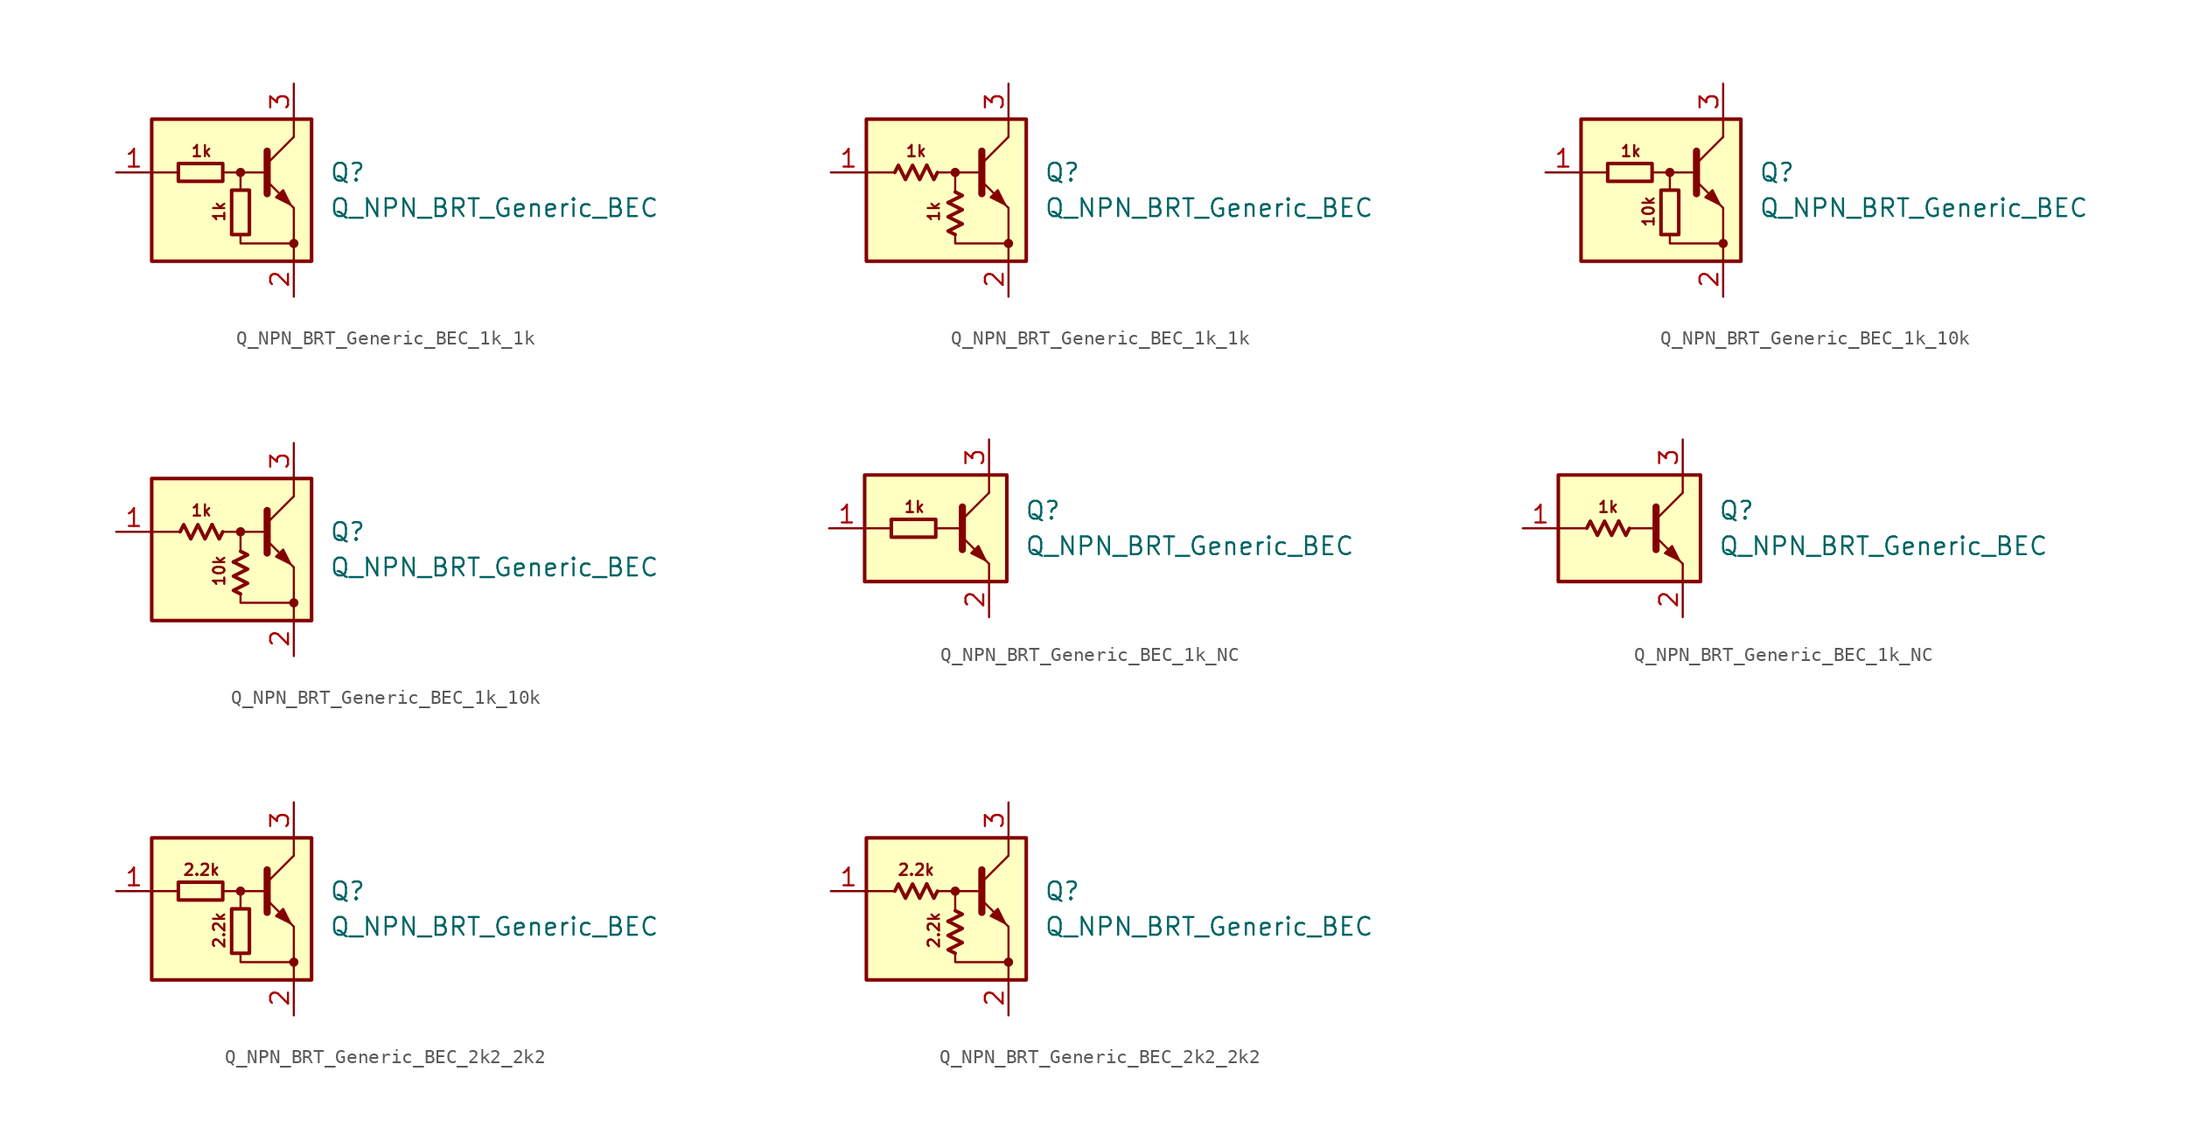
<source format=kicad_sym>
(kicad_symbol_lib
  (version 20220914)
  (generator kicad_symbol_editor)
  (symbol "Q_NPN_BRT_Generic_BEC_1k_1k"
    (pin_names hide)
    (property "Reference" "Q"
      (at 6.35 1.27 0)
      (effects (font (size 1.27 1.27)) (justify left)))
    (property "Value" "Q_NPN_BRT_Generic_BEC"
      (at 6.35 -1.27 0)
      (effects (font (size 1.27 1.27)) (justify left)))
    (symbol "Q_NPN_BRT_Generic_BEC_1k_1k_0_1"
      (rectangle (start -4.445 1.905) (end -1.27 0.635) (stroke (width 0.254) (type default)) (fill (type none)))
      (rectangle (start -0.635 0) (end 0.635 -3.175) (stroke (width 0.254) (type default)) (fill (type none))))
    (symbol "Q_NPN_BRT_Generic_BEC_1k_1k_0_2"
      (polyline (pts (xy -2.032 1.778) (xy -1.524 0.762) (xy -1.27 1.27)) (stroke (width 0.254) (type default)) (fill (type none)))
      (polyline (pts (xy -0.508 -0.889) (xy 0.508 -0.381) (xy 0 -0.127)) (stroke (width 0.254) (type default)) (fill (type none)))
      (polyline (pts (xy -4.318 1.27) (xy -4.064 1.778) (xy -3.556 0.762) (xy -3.048 1.778) (xy -2.54 0.762) (xy -2.032 1.778)) (stroke (width 0.254) (type default)) (fill (type none)))
      (polyline (pts (xy 0 -3.175) (xy -0.508 -2.921) (xy 0.508 -2.413) (xy -0.508 -1.905) (xy 0.508 -1.397) (xy -0.508 -0.889)) (stroke (width 0.254) (type default)) (fill (type none))))
    (symbol "Q_NPN_BRT_Generic_BEC_1k_1k_1_0"
      (rectangle (start -6.35 5.08) (end 5.08 -5.08) (stroke (width 0.254) (type default)) (fill (type background)))
      (polyline (pts (xy -4.445 1.27) (xy -6.35 1.27)) (stroke (width 0) (type default)) (fill (type none)))
      (polyline (pts (xy -0.254 1.27) (xy 1.905 1.27)) (stroke (width 0) (type default)) (fill (type none)))
      (polyline (pts (xy 1.905 1.905) (xy 3.81 3.81)) (stroke (width 0) (type default)) (fill (type none)))
      (polyline (pts (xy 1.905 2.794) (xy 1.905 -0.254)) (stroke (width 0.508) (type default)) (fill (type none)))
      (polyline (pts (xy 3.81 -3.81) (xy 3.81 -5.08)) (stroke (width 0) (type default)) (fill (type none)))
      (polyline (pts (xy 3.81 -3.81) (xy 3.81 -1.27)) (stroke (width 0) (type default)) (fill (type none)))
      (polyline (pts (xy 3.81 3.81) (xy 3.81 5.08)) (stroke (width 0) (type default)) (fill (type none)))
      (polyline (pts (xy -1.27 1.27) (xy 0 1.27) (xy 0 0)) (stroke (width 0) (type default)) (fill (type none)))
      (polyline (pts (xy 0 -3.175) (xy 0 -3.81) (xy 3.81 -3.81)) (stroke (width 0) (type default)) (fill (type none)))
      (polyline (pts (xy 1.905 0.635) (xy 3.81 -1.27) (xy 3.81 -1.27)) (stroke (width 0) (type default)) (fill (type none)))
      (polyline (pts (xy 2.54 -0.508) (xy 3.048 0) (xy 3.556 -1.016) (xy 2.54 -0.508) (xy 2.54 -0.508)) (stroke (width 0) (type default)) (fill (type outline)))
      (circle (center 0 1.27) (radius 0.254) (stroke (width 0) (type default)) (fill (type outline)))
      (circle (center 3.81 -3.81) (radius 0.254) (stroke (width 0) (type default)) (fill (type outline)))
      (text "1k" (at -2.794 2.794 0) (effects (font (size 0.8 0.8))))
      (text "1k" (at -1.524 -1.524 900) (effects (font (size 0.8 0.8)))))
    (symbol "Q_NPN_BRT_Generic_BEC_1k_1k_1_1"
      (pin input line (at -8.89 1.27 0) (length 2.54) (name "B" (effects (font (size 1.27 1.27)))) (number "1" (effects (font (size 1.27 1.27)))))
      (pin passive line (at 3.81 -7.62 90) (length 2.54) (name "E" (effects (font (size 1.27 1.27)))) (number "2" (effects (font (size 1.27 1.27)))))
      (pin passive line (at 3.81 7.62 270) (length 2.54) (name "C" (effects (font (size 1.27 1.27)))) (number "3" (effects (font (size 1.27 1.27))))))
    (symbol "Q_NPN_BRT_Generic_BEC_1k_1k_1_2"
      (pin input line (at -8.89 1.27 0) (length 2.54) (name "B" (effects (font (size 1.27 1.27)))) (number "1" (effects (font (size 1.27 1.27)))))
      (pin passive line (at 3.81 -7.62 90) (length 2.54) (name "E" (effects (font (size 1.27 1.27)))) (number "2" (effects (font (size 1.27 1.27)))))
      (pin passive line (at 3.81 7.62 270) (length 2.54) (name "C" (effects (font (size 1.27 1.27)))) (number "3" (effects (font (size 1.27 1.27)))))))
  (symbol "Q_NPN_BRT_Generic_BEC_1k_10k"
    (pin_names hide)
    (property "Reference" "Q"
      (at 6.35 1.27 0)
      (effects (font (size 1.27 1.27)) (justify left)))
    (property "Value" "Q_NPN_BRT_Generic_BEC"
      (at 6.35 -1.27 0)
      (effects (font (size 1.27 1.27)) (justify left)))
    (symbol "Q_NPN_BRT_Generic_BEC_1k_10k_0_1"
      (rectangle (start -4.445 1.905) (end -1.27 0.635) (stroke (width 0.254) (type default)) (fill (type none)))
      (rectangle (start -0.635 0) (end 0.635 -3.175) (stroke (width 0.254) (type default)) (fill (type none))))
    (symbol "Q_NPN_BRT_Generic_BEC_1k_10k_0_2"
      (polyline (pts (xy -2.032 1.778) (xy -1.524 0.762) (xy -1.27 1.27)) (stroke (width 0.254) (type default)) (fill (type none)))
      (polyline (pts (xy -0.508 -0.889) (xy 0.508 -0.381) (xy 0 -0.127)) (stroke (width 0.254) (type default)) (fill (type none)))
      (polyline (pts (xy -4.318 1.27) (xy -4.064 1.778) (xy -3.556 0.762) (xy -3.048 1.778) (xy -2.54 0.762) (xy -2.032 1.778)) (stroke (width 0.254) (type default)) (fill (type none)))
      (polyline (pts (xy 0 -3.175) (xy -0.508 -2.921) (xy 0.508 -2.413) (xy -0.508 -1.905) (xy 0.508 -1.397) (xy -0.508 -0.889)) (stroke (width 0.254) (type default)) (fill (type none))))
    (symbol "Q_NPN_BRT_Generic_BEC_1k_10k_1_0"
      (rectangle (start -6.35 5.08) (end 5.08 -5.08) (stroke (width 0.254) (type default)) (fill (type background)))
      (polyline (pts (xy -4.445 1.27) (xy -6.35 1.27)) (stroke (width 0) (type default)) (fill (type none)))
      (polyline (pts (xy -0.254 1.27) (xy 1.905 1.27)) (stroke (width 0) (type default)) (fill (type none)))
      (polyline (pts (xy 1.905 1.905) (xy 3.81 3.81)) (stroke (width 0) (type default)) (fill (type none)))
      (polyline (pts (xy 1.905 2.794) (xy 1.905 -0.254)) (stroke (width 0.508) (type default)) (fill (type none)))
      (polyline (pts (xy 3.81 -3.81) (xy 3.81 -5.08)) (stroke (width 0) (type default)) (fill (type none)))
      (polyline (pts (xy 3.81 -3.81) (xy 3.81 -1.27)) (stroke (width 0) (type default)) (fill (type none)))
      (polyline (pts (xy 3.81 3.81) (xy 3.81 5.08)) (stroke (width 0) (type default)) (fill (type none)))
      (polyline (pts (xy -1.27 1.27) (xy 0 1.27) (xy 0 0)) (stroke (width 0) (type default)) (fill (type none)))
      (polyline (pts (xy 0 -3.175) (xy 0 -3.81) (xy 3.81 -3.81)) (stroke (width 0) (type default)) (fill (type none)))
      (polyline (pts (xy 1.905 0.635) (xy 3.81 -1.27) (xy 3.81 -1.27)) (stroke (width 0) (type default)) (fill (type none)))
      (polyline (pts (xy 2.54 -0.508) (xy 3.048 0) (xy 3.556 -1.016) (xy 2.54 -0.508) (xy 2.54 -0.508)) (stroke (width 0) (type default)) (fill (type outline)))
      (circle (center 0 1.27) (radius 0.254) (stroke (width 0) (type default)) (fill (type outline)))
      (circle (center 3.81 -3.81) (radius 0.254) (stroke (width 0) (type default)) (fill (type outline)))
      (text "10k" (at -1.524 -1.524 900) (effects (font (size 0.8 0.8))))
      (text "1k" (at -2.794 2.794 0) (effects (font (size 0.8 0.8)))))
    (symbol "Q_NPN_BRT_Generic_BEC_1k_10k_1_1"
      (pin input line (at -8.89 1.27 0) (length 2.54) (name "B" (effects (font (size 1.27 1.27)))) (number "1" (effects (font (size 1.27 1.27)))))
      (pin passive line (at 3.81 -7.62 90) (length 2.54) (name "E" (effects (font (size 1.27 1.27)))) (number "2" (effects (font (size 1.27 1.27)))))
      (pin passive line (at 3.81 7.62 270) (length 2.54) (name "C" (effects (font (size 1.27 1.27)))) (number "3" (effects (font (size 1.27 1.27))))))
    (symbol "Q_NPN_BRT_Generic_BEC_1k_10k_1_2"
      (pin input line (at -8.89 1.27 0) (length 2.54) (name "B" (effects (font (size 1.27 1.27)))) (number "1" (effects (font (size 1.27 1.27)))))
      (pin passive line (at 3.81 -7.62 90) (length 2.54) (name "E" (effects (font (size 1.27 1.27)))) (number "2" (effects (font (size 1.27 1.27)))))
      (pin passive line (at 3.81 7.62 270) (length 2.54) (name "C" (effects (font (size 1.27 1.27)))) (number "3" (effects (font (size 1.27 1.27)))))))
  (symbol "Q_NPN_BRT_Generic_BEC_1k_NC"
    (pin_names hide)
    (property "Reference" "Q"
      (at 6.35 1.27 0)
      (effects (font (size 1.27 1.27)) (justify left)))
    (property "Value" "Q_NPN_BRT_Generic_BEC"
      (at 6.35 -1.27 0)
      (effects (font (size 1.27 1.27)) (justify left)))
    (symbol "Q_NPN_BRT_Generic_BEC_1k_NC_0_1"
      (rectangle (start -3.175 0.635) (end 0 -0.635) (stroke (width 0.254) (type default)) (fill (type none))))
    (symbol "Q_NPN_BRT_Generic_BEC_1k_NC_0_2"
      (polyline (pts (xy -0.762 0.508) (xy -0.254 -0.508) (xy 0 0)) (stroke (width 0.254) (type default)) (fill (type none)))
      (polyline (pts (xy -3.048 0) (xy -2.794 0.508) (xy -2.286 -0.508) (xy -1.778 0.508) (xy -1.27 -0.508) (xy -0.762 0.508)) (stroke (width 0.254) (type default)) (fill (type none))))
    (symbol "Q_NPN_BRT_Generic_BEC_1k_NC_1_0"
      (rectangle (start -5.08 3.81) (end 5.08 -3.81) (stroke (width 0.254) (type default)) (fill (type background)))
      (polyline (pts (xy -3.175 0) (xy -5.08 0)) (stroke (width 0) (type default)) (fill (type none)))
      (polyline (pts (xy 0 0) (xy 1.905 0)) (stroke (width 0) (type default)) (fill (type none)))
      (polyline (pts (xy 1.905 0.635) (xy 3.81 2.54)) (stroke (width 0) (type default)) (fill (type none)))
      (polyline (pts (xy 1.905 1.524) (xy 1.905 -1.524)) (stroke (width 0.508) (type default)) (fill (type none)))
      (polyline (pts (xy 3.81 -2.54) (xy 3.81 -3.81)) (stroke (width 0) (type default)) (fill (type none)))
      (polyline (pts (xy 3.81 2.54) (xy 3.81 3.81)) (stroke (width 0) (type default)) (fill (type none)))
      (polyline (pts (xy 1.905 -0.635) (xy 3.81 -2.54) (xy 3.81 -2.54)) (stroke (width 0) (type default)) (fill (type none)))
      (polyline (pts (xy 2.54 -1.778) (xy 3.048 -1.27) (xy 3.556 -2.286) (xy 2.54 -1.778) (xy 2.54 -1.778)) (stroke (width 0) (type default)) (fill (type outline)))
      (text "1k" (at -1.524 1.524 0) (effects (font (size 0.8 0.8)))))
    (symbol "Q_NPN_BRT_Generic_BEC_1k_NC_1_1"
      (pin input line (at -7.62 0 0) (length 2.54) (name "B" (effects (font (size 1.27 1.27)))) (number "1" (effects (font (size 1.27 1.27)))))
      (pin passive line (at 3.81 -6.35 90) (length 2.54) (name "E" (effects (font (size 1.27 1.27)))) (number "2" (effects (font (size 1.27 1.27)))))
      (pin passive line (at 3.81 6.35 270) (length 2.54) (name "C" (effects (font (size 1.27 1.27)))) (number "3" (effects (font (size 1.27 1.27))))))
    (symbol "Q_NPN_BRT_Generic_BEC_1k_NC_1_2"
      (pin input line (at -7.62 0 0) (length 2.54) (name "B" (effects (font (size 1.27 1.27)))) (number "1" (effects (font (size 1.27 1.27)))))
      (pin passive line (at 3.81 -6.35 90) (length 2.54) (name "E" (effects (font (size 1.27 1.27)))) (number "2" (effects (font (size 1.27 1.27)))))
      (pin passive line (at 3.81 6.35 270) (length 2.54) (name "C" (effects (font (size 1.27 1.27)))) (number "3" (effects (font (size 1.27 1.27)))))))
  (symbol "Q_NPN_BRT_Generic_BEC_2k2_2k2"
    (pin_names hide)
    (property "Reference" "Q"
      (at 6.35 1.27 0)
      (effects (font (size 1.27 1.27)) (justify left)))
    (property "Value" "Q_NPN_BRT_Generic_BEC"
      (at 6.35 -1.27 0)
      (effects (font (size 1.27 1.27)) (justify left)))
    (symbol "Q_NPN_BRT_Generic_BEC_2k2_2k2_0_1"
      (rectangle (start -4.445 1.905) (end -1.27 0.635) (stroke (width 0.254) (type default)) (fill (type none)))
      (rectangle (start -0.635 0) (end 0.635 -3.175) (stroke (width 0.254) (type default)) (fill (type none))))
    (symbol "Q_NPN_BRT_Generic_BEC_2k2_2k2_0_2"
      (polyline (pts (xy -2.032 1.778) (xy -1.524 0.762) (xy -1.27 1.27)) (stroke (width 0.254) (type default)) (fill (type none)))
      (polyline (pts (xy -0.508 -0.889) (xy 0.508 -0.381) (xy 0 -0.127)) (stroke (width 0.254) (type default)) (fill (type none)))
      (polyline (pts (xy -4.318 1.27) (xy -4.064 1.778) (xy -3.556 0.762) (xy -3.048 1.778) (xy -2.54 0.762) (xy -2.032 1.778)) (stroke (width 0.254) (type default)) (fill (type none)))
      (polyline (pts (xy 0 -3.175) (xy -0.508 -2.921) (xy 0.508 -2.413) (xy -0.508 -1.905) (xy 0.508 -1.397) (xy -0.508 -0.889)) (stroke (width 0.254) (type default)) (fill (type none))))
    (symbol "Q_NPN_BRT_Generic_BEC_2k2_2k2_1_0"
      (rectangle (start -6.35 5.08) (end 5.08 -5.08) (stroke (width 0.254) (type default)) (fill (type background)))
      (polyline (pts (xy -4.445 1.27) (xy -6.35 1.27)) (stroke (width 0) (type default)) (fill (type none)))
      (polyline (pts (xy -0.254 1.27) (xy 1.905 1.27)) (stroke (width 0) (type default)) (fill (type none)))
      (polyline (pts (xy 1.905 1.905) (xy 3.81 3.81)) (stroke (width 0) (type default)) (fill (type none)))
      (polyline (pts (xy 1.905 2.794) (xy 1.905 -0.254)) (stroke (width 0.508) (type default)) (fill (type none)))
      (polyline (pts (xy 3.81 -3.81) (xy 3.81 -5.08)) (stroke (width 0) (type default)) (fill (type none)))
      (polyline (pts (xy 3.81 -3.81) (xy 3.81 -1.27)) (stroke (width 0) (type default)) (fill (type none)))
      (polyline (pts (xy 3.81 3.81) (xy 3.81 5.08)) (stroke (width 0) (type default)) (fill (type none)))
      (polyline (pts (xy -1.27 1.27) (xy 0 1.27) (xy 0 0)) (stroke (width 0) (type default)) (fill (type none)))
      (polyline (pts (xy 0 -3.175) (xy 0 -3.81) (xy 3.81 -3.81)) (stroke (width 0) (type default)) (fill (type none)))
      (polyline (pts (xy 1.905 0.635) (xy 3.81 -1.27) (xy 3.81 -1.27)) (stroke (width 0) (type default)) (fill (type none)))
      (polyline (pts (xy 2.54 -0.508) (xy 3.048 0) (xy 3.556 -1.016) (xy 2.54 -0.508) (xy 2.54 -0.508)) (stroke (width 0) (type default)) (fill (type outline)))
      (circle (center 0 1.27) (radius 0.254) (stroke (width 0) (type default)) (fill (type outline)))
      (circle (center 3.81 -3.81) (radius 0.254) (stroke (width 0) (type default)) (fill (type outline)))
      (text "2.2k" (at -2.794 2.794 0) (effects (font (size 0.8 0.8))))
      (text "2.2k" (at -1.524 -1.524 900) (effects (font (size 0.8 0.8)))))
    (symbol "Q_NPN_BRT_Generic_BEC_2k2_2k2_1_1"
      (pin input line (at -8.89 1.27 0) (length 2.54) (name "B" (effects (font (size 1.27 1.27)))) (number "1" (effects (font (size 1.27 1.27)))))
      (pin passive line (at 3.81 -7.62 90) (length 2.54) (name "E" (effects (font (size 1.27 1.27)))) (number "2" (effects (font (size 1.27 1.27)))))
      (pin passive line (at 3.81 7.62 270) (length 2.54) (name "C" (effects (font (size 1.27 1.27)))) (number "3" (effects (font (size 1.27 1.27))))))
    (symbol "Q_NPN_BRT_Generic_BEC_2k2_2k2_1_2"
      (pin input line (at -8.89 1.27 0) (length 2.54) (name "B" (effects (font (size 1.27 1.27)))) (number "1" (effects (font (size 1.27 1.27)))))
      (pin passive line (at 3.81 -7.62 90) (length 2.54) (name "E" (effects (font (size 1.27 1.27)))) (number "2" (effects (font (size 1.27 1.27)))))
      (pin passive line (at 3.81 7.62 270) (length 2.54) (name "C" (effects (font (size 1.27 1.27)))) (number "3" (effects (font (size 1.27 1.27))))))))
</source>
